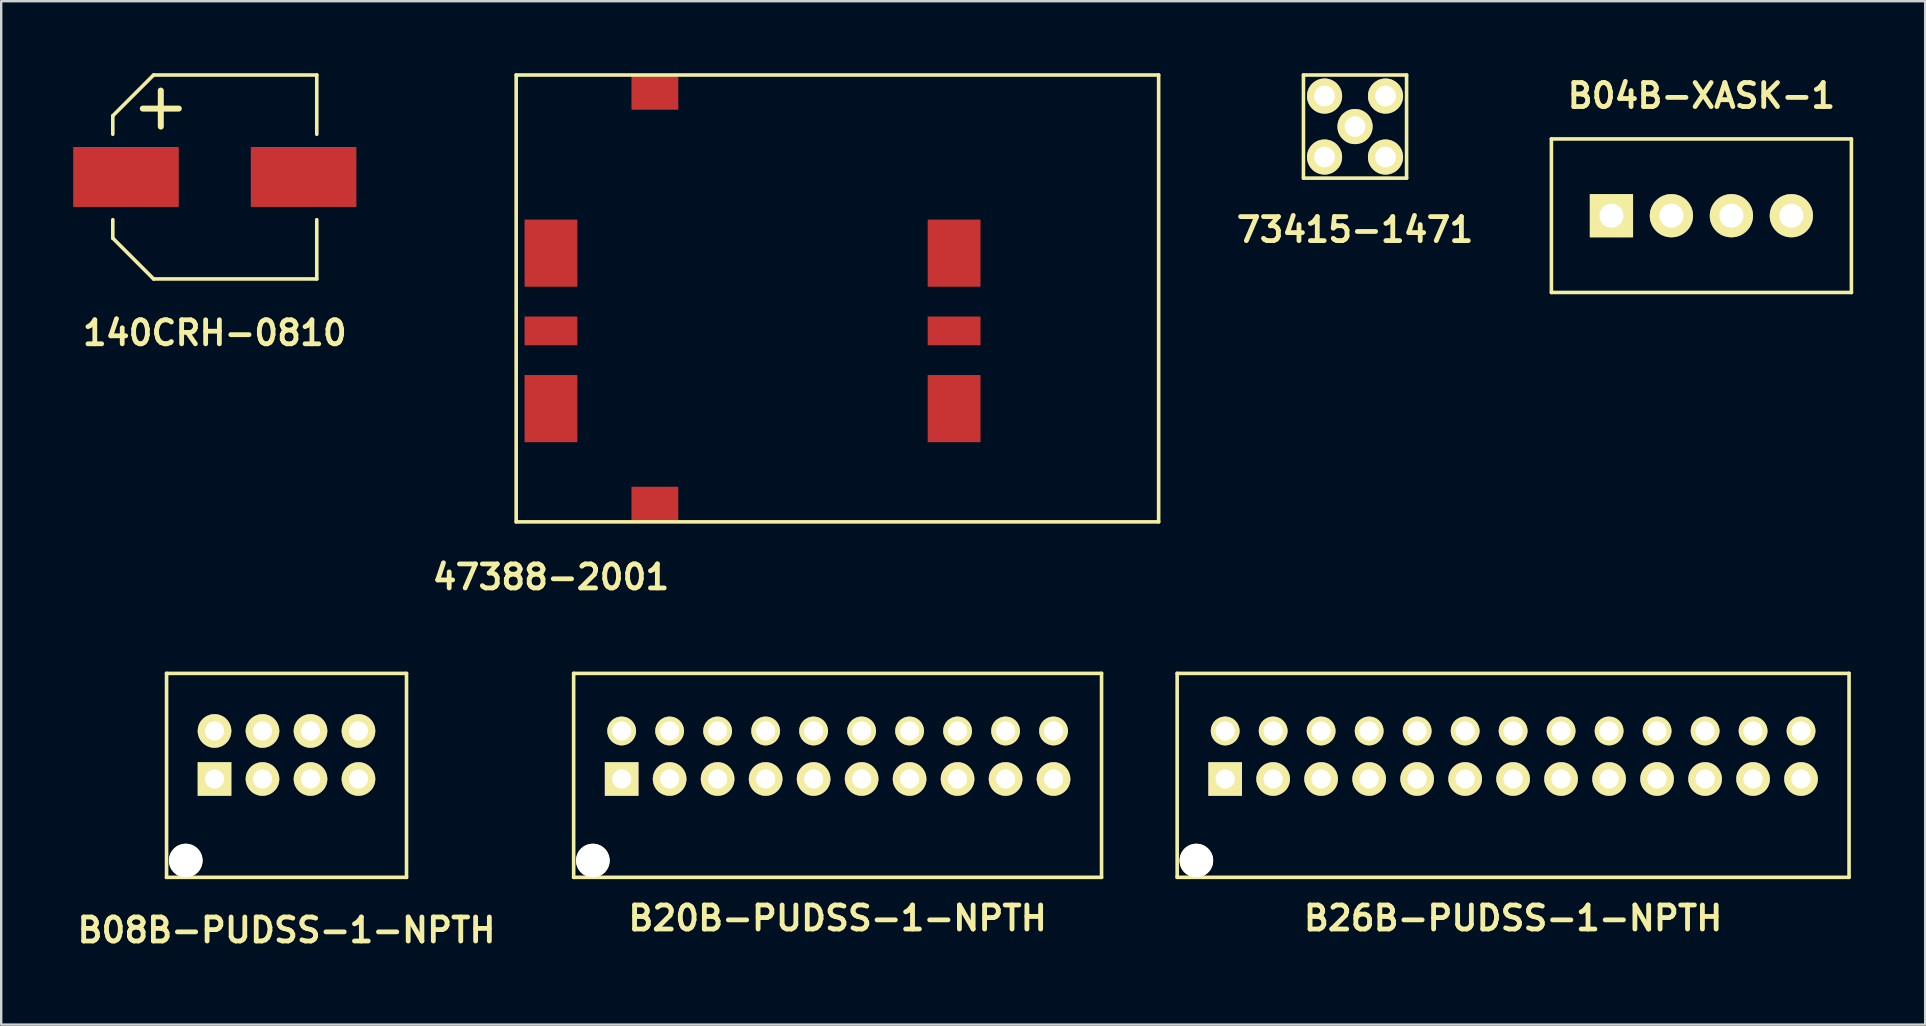
<source format=kicad_pcb>
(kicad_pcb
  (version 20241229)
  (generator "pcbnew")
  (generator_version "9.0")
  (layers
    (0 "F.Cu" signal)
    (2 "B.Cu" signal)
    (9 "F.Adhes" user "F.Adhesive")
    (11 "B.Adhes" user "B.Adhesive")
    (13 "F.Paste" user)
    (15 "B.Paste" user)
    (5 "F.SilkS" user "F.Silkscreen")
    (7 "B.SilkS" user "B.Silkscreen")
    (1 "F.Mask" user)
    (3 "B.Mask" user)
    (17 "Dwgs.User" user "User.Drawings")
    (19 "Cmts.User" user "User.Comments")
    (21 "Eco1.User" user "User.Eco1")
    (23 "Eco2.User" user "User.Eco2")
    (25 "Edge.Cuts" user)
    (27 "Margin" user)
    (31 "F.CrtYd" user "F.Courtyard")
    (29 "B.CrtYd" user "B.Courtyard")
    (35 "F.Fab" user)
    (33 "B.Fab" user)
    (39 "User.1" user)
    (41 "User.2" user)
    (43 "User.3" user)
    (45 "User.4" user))
  (footprint "B04B-XASK-1"
    (layer "F.Cu")
    (at 67.854 5.939)
    (property "Reference" "B04B-XASK-1" (at 0 -5.001 0) (layer "F.SilkS") (effects (font (size 1.001 1.001) (thickness 0.201))))
    (attr through_hole)
    (fp_line (start -6.251 -3.2) (end -6.251 3.2) (stroke (width 0.15) (type solid)) (layer "F.SilkS"))
    (fp_line (start -6.251 3.2) (end 6.251 3.2) (stroke (width 0.15) (type solid)) (layer "F.SilkS"))
    (fp_line (start 6.251 -3.2) (end -6.251 -3.2) (stroke (width 0.15) (type solid)) (layer "F.SilkS"))
    (fp_line (start 6.251 3.2) (end 6.251 -3.2) (stroke (width 0.15) (type solid)) (layer "F.SilkS"))
    (pad "1" thru_hole rect (at -3.749 0) (size 1.801 1.801) (drill 1.001) (layers "*.Cu" "*.Mask" "F.SilkS"))
    (pad "2" thru_hole circle (at -1.25 0) (size 1.801 1.801) (drill 1.001) (layers "*.Cu" "*.Mask" "F.SilkS"))
    (pad "3" thru_hole circle (at 1.25 0) (size 1.801 1.801) (drill 1.001) (layers "*.Cu" "*.Mask" "F.SilkS"))
    (pad "4" thru_hole circle (at 3.749 0) (size 1.801 1.801) (drill 1.001) (layers "*.Cu" "*.Mask" "F.SilkS")))
  (footprint "47388-2001"
    (layer "F.Cu")
    (at 19.911 7.499)
    (property "Reference" "47388-2001" (at 0 13.5 0) (layer "F.SilkS") (effects (font (size 1.001 1.001) (thickness 0.201))))
    (attr through_hole)
    (fp_line (start -1.45 -7.424) (end 25.324 -7.424) (stroke (width 0.15) (type solid)) (layer "F.SilkS"))
    (fp_line (start -1.45 11.199) (end -1.45 -7.424) (stroke (width 0.15) (type solid)) (layer "F.SilkS"))
    (fp_line (start -1.45 11.199) (end 25.324 11.199) (stroke (width 0.15) (type solid)) (layer "F.SilkS"))
    (fp_line (start 25.324 -7.424) (end 25.324 11.199) (stroke (width 0.15) (type solid)) (layer "F.SilkS"))
    (pad "1" smd rect (at 0 6.48) (size 2.2 2.799) (layers "F.Cu" "F.Mask" "F.Paste"))
    (pad "2" smd rect (at 0 3.241) (size 2.2 1.199) (layers "F.Cu" "F.Mask" "F.Paste"))
    (pad "3" smd rect (at 0 0) (size 2.2 2.799) (layers "F.Cu" "F.Mask" "F.Paste"))
    (pad "5" smd rect (at 16.8 6.48) (size 2.2 2.799) (layers "F.Cu" "F.Mask" "F.Paste"))
    (pad "6" smd rect (at 16.8 3.241) (size 2.2 1.199) (layers "F.Cu" "F.Mask" "F.Paste"))
    (pad "7" smd rect (at 16.8 0) (size 2.2 2.799) (layers "F.Cu" "F.Mask" "F.Paste"))
    (pad "9" smd rect (at 4.331 -6.701) (size 1.951 1.45) (layers "F.Cu" "F.Mask" "F.Paste"))
    (pad "10" smd rect (at 4.331 10.46) (size 1.951 1.45) (layers "F.Cu" "F.Mask" "F.Paste")))
  (footprint "140CRH-0810"
    (layer "F.Cu")
    (at 5.901 4.325)
    (property "Reference" "140CRH-0810" (at 0 6.5 0) (layer "F.SilkS") (effects (font (size 1 1) (thickness 0.2))))
    (attr through_hole)
    (fp_line (start -4.25 -2.55) (end -2.55 -4.25) (stroke (width 0.15) (type solid)) (layer "F.SilkS"))
    (fp_line (start -4.25 -1.78) (end -4.25 -2.55) (stroke (width 0.15) (type solid)) (layer "F.SilkS"))
    (fp_line (start -4.25 2.55) (end -4.25 1.78) (stroke (width 0.15) (type solid)) (layer "F.SilkS"))
    (fp_line (start -3 -2.85) (end -1.5 -2.85) (stroke (width 0.25) (type solid)) (layer "F.SilkS"))
    (fp_line (start -2.55 4.25) (end -4.25 2.55) (stroke (width 0.15) (type solid)) (layer "F.SilkS"))
    (fp_line (start -2.25 -3.6) (end -2.25 -2.1) (stroke (width 0.25) (type solid)) (layer "F.SilkS"))
    (fp_line (start 4.25 -4.25) (end -2.55 -4.25) (stroke (width 0.15) (type solid)) (layer "F.SilkS"))
    (fp_line (start 4.25 -1.78) (end 4.25 -4.25) (stroke (width 0.15) (type solid)) (layer "F.SilkS"))
    (fp_line (start 4.25 4.25) (end -2.55 4.25) (stroke (width 0.15) (type solid)) (layer "F.SilkS"))
    (fp_line (start 4.25 4.25) (end 4.25 1.78) (stroke (width 0.15) (type solid)) (layer "F.SilkS"))
    (pad "1" smd rect (at -3.701 0) (size 4.399 2.499) (layers "F.Cu" "F.Mask" "F.Paste"))
    (pad "2" smd rect (at 3.701 0) (size 4.399 2.499) (layers "F.Cu" "F.Mask" "F.Paste")))
  (footprint "73415-1471"
    (layer "F.Cu")
    (at 53.419 2.224)
    (property "Reference" "73415-1471" (at 0 4.3 0) (layer "F.SilkS") (effects (font (size 1.001 1.001) (thickness 0.201))))
    (attr through_hole)
    (fp_line (start -2.149 -2.149) (end 2.149 -2.149) (stroke (width 0.15) (type solid)) (layer "F.SilkS"))
    (fp_line (start -2.149 2.149) (end -2.149 -2.149) (stroke (width 0.15) (type solid)) (layer "F.SilkS"))
    (fp_line (start 2.149 -2.149) (end 2.149 2.149) (stroke (width 0.15) (type solid)) (layer "F.SilkS"))
    (fp_line (start 2.149 2.149) (end -2.149 2.149) (stroke (width 0.15) (type solid)) (layer "F.SilkS"))
    (pad "1" thru_hole circle (at 0 0) (size 1.463 1.463) (drill 0.864) (layers "*.Cu" "*.Mask" "F.SilkS"))
    (pad "2" thru_hole circle (at -1.27 1.27) (size 1.463 1.463) (drill 0.864) (layers "*.Cu" "*.Mask" "F.SilkS"))
    (pad "3" thru_hole circle (at 1.27 1.27) (size 1.463 1.463) (drill 0.864) (layers "*.Cu" "*.Mask" "F.SilkS"))
    (pad "4" thru_hole circle (at 1.27 -1.27) (size 1.463 1.463) (drill 0.864) (layers "*.Cu" "*.Mask" "F.SilkS"))
    (pad "5" thru_hole circle (at -1.27 -1.27) (size 1.463 1.463) (drill 0.864) (layers "*.Cu" "*.Mask" "F.SilkS")))
  (footprint "B08B-PUDSS-1-NPTH"
    (layer "F.Cu")
    (at 12.89 28.413)
    (property "Reference" "B08B-PUDSS-1-NPTH" (at -4 7.3 0) (layer "F.SilkS") (effects (font (size 1 1) (thickness 0.2))))
    (attr through_hole)
    (fp_line (start -9.002 -3.399) (end 1.001 -3.399) (stroke (width 0.15) (type solid)) (layer "F.SilkS"))
    (fp_line (start -9.002 5.1) (end 1.001 5.1) (stroke (width 0.15) (type solid)) (layer "F.SilkS"))
    (fp_line (start -8.999 -3.401) (end -8.999 5.1) (stroke (width 0.15) (type solid)) (layer "F.SilkS"))
    (fp_line (start 1.001 -3.399) (end 1.001 5.1) (stroke (width 0.15) (type solid)) (layer "F.SilkS"))
    (pad "" np_thru_hole circle (at -8.199 4.399) (size 1.4 1.4) (drill 1.4) (layers "*.Cu" "*.Mask" "F.SilkS"))
    (pad "1" thru_hole rect (at -7 1.001) (size 1.4 1.4) (drill 0.8) (layers "*.Cu" "*.Mask" "F.SilkS"))
    (pad "2" thru_hole circle (at -7 -1.001) (size 1.4 1.4) (drill 0.8) (layers "*.Cu" "*.Mask" "F.SilkS"))
    (pad "3" thru_hole circle (at -5.001 1.001) (size 1.4 1.4) (drill 0.8) (layers "*.Cu" "*.Mask" "F.SilkS"))
    (pad "4" thru_hole circle (at -5.001 -1.001) (size 1.4 1.4) (drill 0.8) (layers "*.Cu" "*.Mask" "F.SilkS"))
    (pad "5" thru_hole circle (at -3 1.001) (size 1.4 1.4) (drill 0.8) (layers "*.Cu" "*.Mask" "F.SilkS"))
    (pad "6" thru_hole circle (at -3 -1.001) (size 1.4 1.4) (drill 0.8) (layers "*.Cu" "*.Mask" "F.SilkS"))
    (pad "7" thru_hole circle (at -1.001 1.001) (size 1.4 1.4) (drill 0.8) (layers "*.Cu" "*.Mask" "F.SilkS"))
    (pad "8" thru_hole circle (at -1.001 -1.001) (size 1.4 1.4) (drill 0.8) (layers "*.Cu" "*.Mask" "F.SilkS")))
  (footprint "B20B-PUDSS-1-NPTH"
    (layer "F.Cu")
    (at 34.856 28.413)
    (property "Reference" "B20B-PUDSS-1-NPTH" (at -3 6.8 0) (layer "F.SilkS") (effects (font (size 1.001 1.001) (thickness 0.201))))
    (attr through_hole)
    (fp_line (start -14 -3.401) (end -14 5.1) (stroke (width 0.15) (type solid)) (layer "F.SilkS"))
    (fp_line (start -14 -3.401) (end 8 -3.401) (stroke (width 0.15) (type solid)) (layer "F.SilkS"))
    (fp_line (start -14 5.1) (end 8 5.1) (stroke (width 0.15) (type solid)) (layer "F.SilkS"))
    (fp_line (start 8 -3.401) (end 8 5.1) (stroke (width 0.15) (type solid)) (layer "F.SilkS"))
    (pad "" np_thru_hole circle (at -13.2 4.399) (size 1.4 1.4) (drill 1.4) (layers "*.Cu" "*.Mask" "F.SilkS"))
    (pad "1" thru_hole rect (at -11.999 1.001) (size 1.4 1.4) (drill 0.8) (layers "*.Cu" "*.Mask" "F.SilkS"))
    (pad "2" thru_hole circle (at -11.999 -1.001) (size 1.2 1.2) (drill 0.8) (layers "*.Cu" "*.Mask" "F.SilkS"))
    (pad "3" thru_hole circle (at -10 1.001) (size 1.4 1.4) (drill 0.8) (layers "*.Cu" "*.Mask" "F.SilkS"))
    (pad "4" thru_hole circle (at -10 -1.001) (size 1.2 1.2) (drill 0.8) (layers "*.Cu" "*.Mask" "F.SilkS"))
    (pad "5" thru_hole circle (at -8.001 1.001) (size 1.4 1.4) (drill 0.8) (layers "*.Cu" "*.Mask" "F.SilkS"))
    (pad "6" thru_hole circle (at -8.001 -1.001) (size 1.2 1.2) (drill 0.8) (layers "*.Cu" "*.Mask" "F.SilkS"))
    (pad "7" thru_hole circle (at -5.999 1.001) (size 1.4 1.4) (drill 0.8) (layers "*.Cu" "*.Mask" "F.SilkS"))
    (pad "8" thru_hole circle (at -5.999 -1.001) (size 1.2 1.2) (drill 0.8) (layers "*.Cu" "*.Mask" "F.SilkS"))
    (pad "9" thru_hole circle (at -4 1.001) (size 1.4 1.4) (drill 0.8) (layers "*.Cu" "*.Mask" "F.SilkS"))
    (pad "10" thru_hole circle (at -4 -1.001) (size 1.2 1.2) (drill 0.8) (layers "*.Cu" "*.Mask" "F.SilkS"))
    (pad "11" thru_hole circle (at -1.999 1.001) (size 1.4 1.4) (drill 0.8) (layers "*.Cu" "*.Mask" "F.SilkS"))
    (pad "12" thru_hole circle (at -1.999 -1.001) (size 1.2 1.2) (drill 0.8) (layers "*.Cu" "*.Mask" "F.SilkS"))
    (pad "13" thru_hole circle (at 0 1.001) (size 1.4 1.4) (drill 0.8) (layers "*.Cu" "*.Mask" "F.SilkS"))
    (pad "14" thru_hole circle (at 0 -1.001) (size 1.2 1.2) (drill 0.8) (layers "*.Cu" "*.Mask" "F.SilkS"))
    (pad "15" thru_hole circle (at 1.999 1.001) (size 1.4 1.4) (drill 0.8) (layers "*.Cu" "*.Mask" "F.SilkS"))
    (pad "16" thru_hole circle (at 1.999 -1.001) (size 1.2 1.2) (drill 0.8) (layers "*.Cu" "*.Mask" "F.SilkS"))
    (pad "17" thru_hole circle (at 4 1.001) (size 1.4 1.4) (drill 0.8) (layers "*.Cu" "*.Mask" "F.SilkS"))
    (pad "18" thru_hole circle (at 4 -1.001) (size 1.2 1.2) (drill 0.8) (layers "*.Cu" "*.Mask" "F.SilkS"))
    (pad "19" thru_hole circle (at 5.999 1.001) (size 1.4 1.4) (drill 0.8) (layers "*.Cu" "*.Mask" "F.SilkS"))
    (pad "20" thru_hole circle (at 5.999 -1.001) (size 1.2 1.2) (drill 0.8) (layers "*.Cu" "*.Mask" "F.SilkS")))
  (footprint "B26B-PUDSS-1-NPTH"
    (layer "F.Cu")
    (at 60.007 28.413)
    (property "Reference" "B26B-PUDSS-1-NPTH" (at 0 6.8 0) (layer "F.SilkS") (effects (font (size 1.001 1.001) (thickness 0.201))))
    (attr through_hole)
    (fp_line (start -14 -3.401) (end -14 5.1) (stroke (width 0.15) (type solid)) (layer "F.SilkS"))
    (fp_line (start -14 -3.401) (end 14 -3.401) (stroke (width 0.15) (type solid)) (layer "F.SilkS"))
    (fp_line (start -14 5.1) (end 14 5.1) (stroke (width 0.15) (type solid)) (layer "F.SilkS"))
    (fp_line (start 14 -3.401) (end 14 5.1) (stroke (width 0.15) (type solid)) (layer "F.SilkS"))
    (pad "" np_thru_hole circle (at -13.2 4.399) (size 1.4 1.4) (drill 1.4) (layers "*.Cu" "*.Mask" "F.SilkS"))
    (pad "1" thru_hole rect (at -11.999 1.001) (size 1.4 1.4) (drill 0.8) (layers "*.Cu" "*.Mask" "F.SilkS"))
    (pad "2" thru_hole circle (at -11.999 -1.001) (size 1.2 1.2) (drill 0.8) (layers "*.Cu" "*.Mask" "F.SilkS"))
    (pad "3" thru_hole circle (at -10 1.001) (size 1.4 1.4) (drill 0.8) (layers "*.Cu" "*.Mask" "F.SilkS"))
    (pad "4" thru_hole circle (at -10 -1.001) (size 1.2 1.2) (drill 0.8) (layers "*.Cu" "*.Mask" "F.SilkS"))
    (pad "5" thru_hole circle (at -8.001 1.001) (size 1.4 1.4) (drill 0.8) (layers "*.Cu" "*.Mask" "F.SilkS"))
    (pad "6" thru_hole circle (at -8.001 -1.001) (size 1.2 1.2) (drill 0.8) (layers "*.Cu" "*.Mask" "F.SilkS"))
    (pad "7" thru_hole circle (at -5.999 1.001) (size 1.4 1.4) (drill 0.8) (layers "*.Cu" "*.Mask" "F.SilkS"))
    (pad "8" thru_hole circle (at -5.999 -1.001) (size 1.2 1.2) (drill 0.8) (layers "*.Cu" "*.Mask" "F.SilkS"))
    (pad "9" thru_hole circle (at -4 1.001) (size 1.4 1.4) (drill 0.8) (layers "*.Cu" "*.Mask" "F.SilkS"))
    (pad "10" thru_hole circle (at -4 -1.001) (size 1.2 1.2) (drill 0.8) (layers "*.Cu" "*.Mask" "F.SilkS"))
    (pad "11" thru_hole circle (at -1.999 1.001) (size 1.4 1.4) (drill 0.8) (layers "*.Cu" "*.Mask" "F.SilkS"))
    (pad "12" thru_hole circle (at -1.999 -1.001) (size 1.2 1.2) (drill 0.8) (layers "*.Cu" "*.Mask" "F.SilkS"))
    (pad "13" thru_hole circle (at 0 1.001) (size 1.4 1.4) (drill 0.8) (layers "*.Cu" "*.Mask" "F.SilkS"))
    (pad "14" thru_hole circle (at 0 -1.001) (size 1.2 1.2) (drill 0.8) (layers "*.Cu" "*.Mask" "F.SilkS"))
    (pad "15" thru_hole circle (at 1.999 1.001) (size 1.4 1.4) (drill 0.8) (layers "*.Cu" "*.Mask" "F.SilkS"))
    (pad "16" thru_hole circle (at 1.999 -1.001) (size 1.2 1.2) (drill 0.8) (layers "*.Cu" "*.Mask" "F.SilkS"))
    (pad "17" thru_hole circle (at 4 1.001) (size 1.4 1.4) (drill 0.8) (layers "*.Cu" "*.Mask" "F.SilkS"))
    (pad "18" thru_hole circle (at 4 -1.001) (size 1.2 1.2) (drill 0.8) (layers "*.Cu" "*.Mask" "F.SilkS"))
    (pad "19" thru_hole circle (at 5.999 1.001) (size 1.4 1.4) (drill 0.8) (layers "*.Cu" "*.Mask" "F.SilkS"))
    (pad "20" thru_hole circle (at 5.999 -1.001) (size 1.2 1.2) (drill 0.8) (layers "*.Cu" "*.Mask" "F.SilkS"))
    (pad "21" thru_hole circle (at 8.001 1.001) (size 1.4 1.4) (drill 0.8) (layers "*.Cu" "*.Mask" "F.SilkS"))
    (pad "22" thru_hole circle (at 8.001 -1.001) (size 1.2 1.2) (drill 0.8) (layers "*.Cu" "*.Mask" "F.SilkS"))
    (pad "23" thru_hole circle (at 10 1.001) (size 1.4 1.4) (drill 0.8) (layers "*.Cu" "*.Mask" "F.SilkS"))
    (pad "24" thru_hole circle (at 10 -1.001) (size 1.2 1.2) (drill 0.8) (layers "*.Cu" "*.Mask" "F.SilkS"))
    (pad "25" thru_hole circle (at 11.999 1.001) (size 1.4 1.4) (drill 0.8) (layers "*.Cu" "*.Mask" "F.SilkS"))
    (pad "26" thru_hole circle (at 11.999 -1.001) (size 1.2 1.2) (drill 0.8) (layers "*.Cu" "*.Mask" "F.SilkS")))
  (gr_rect
    (start -3 -3)
    (end 77.18 39.649)
    (stroke (width 0.1) (type default))
    (fill no)
    (layer "Edge.Cuts")))
</source>
